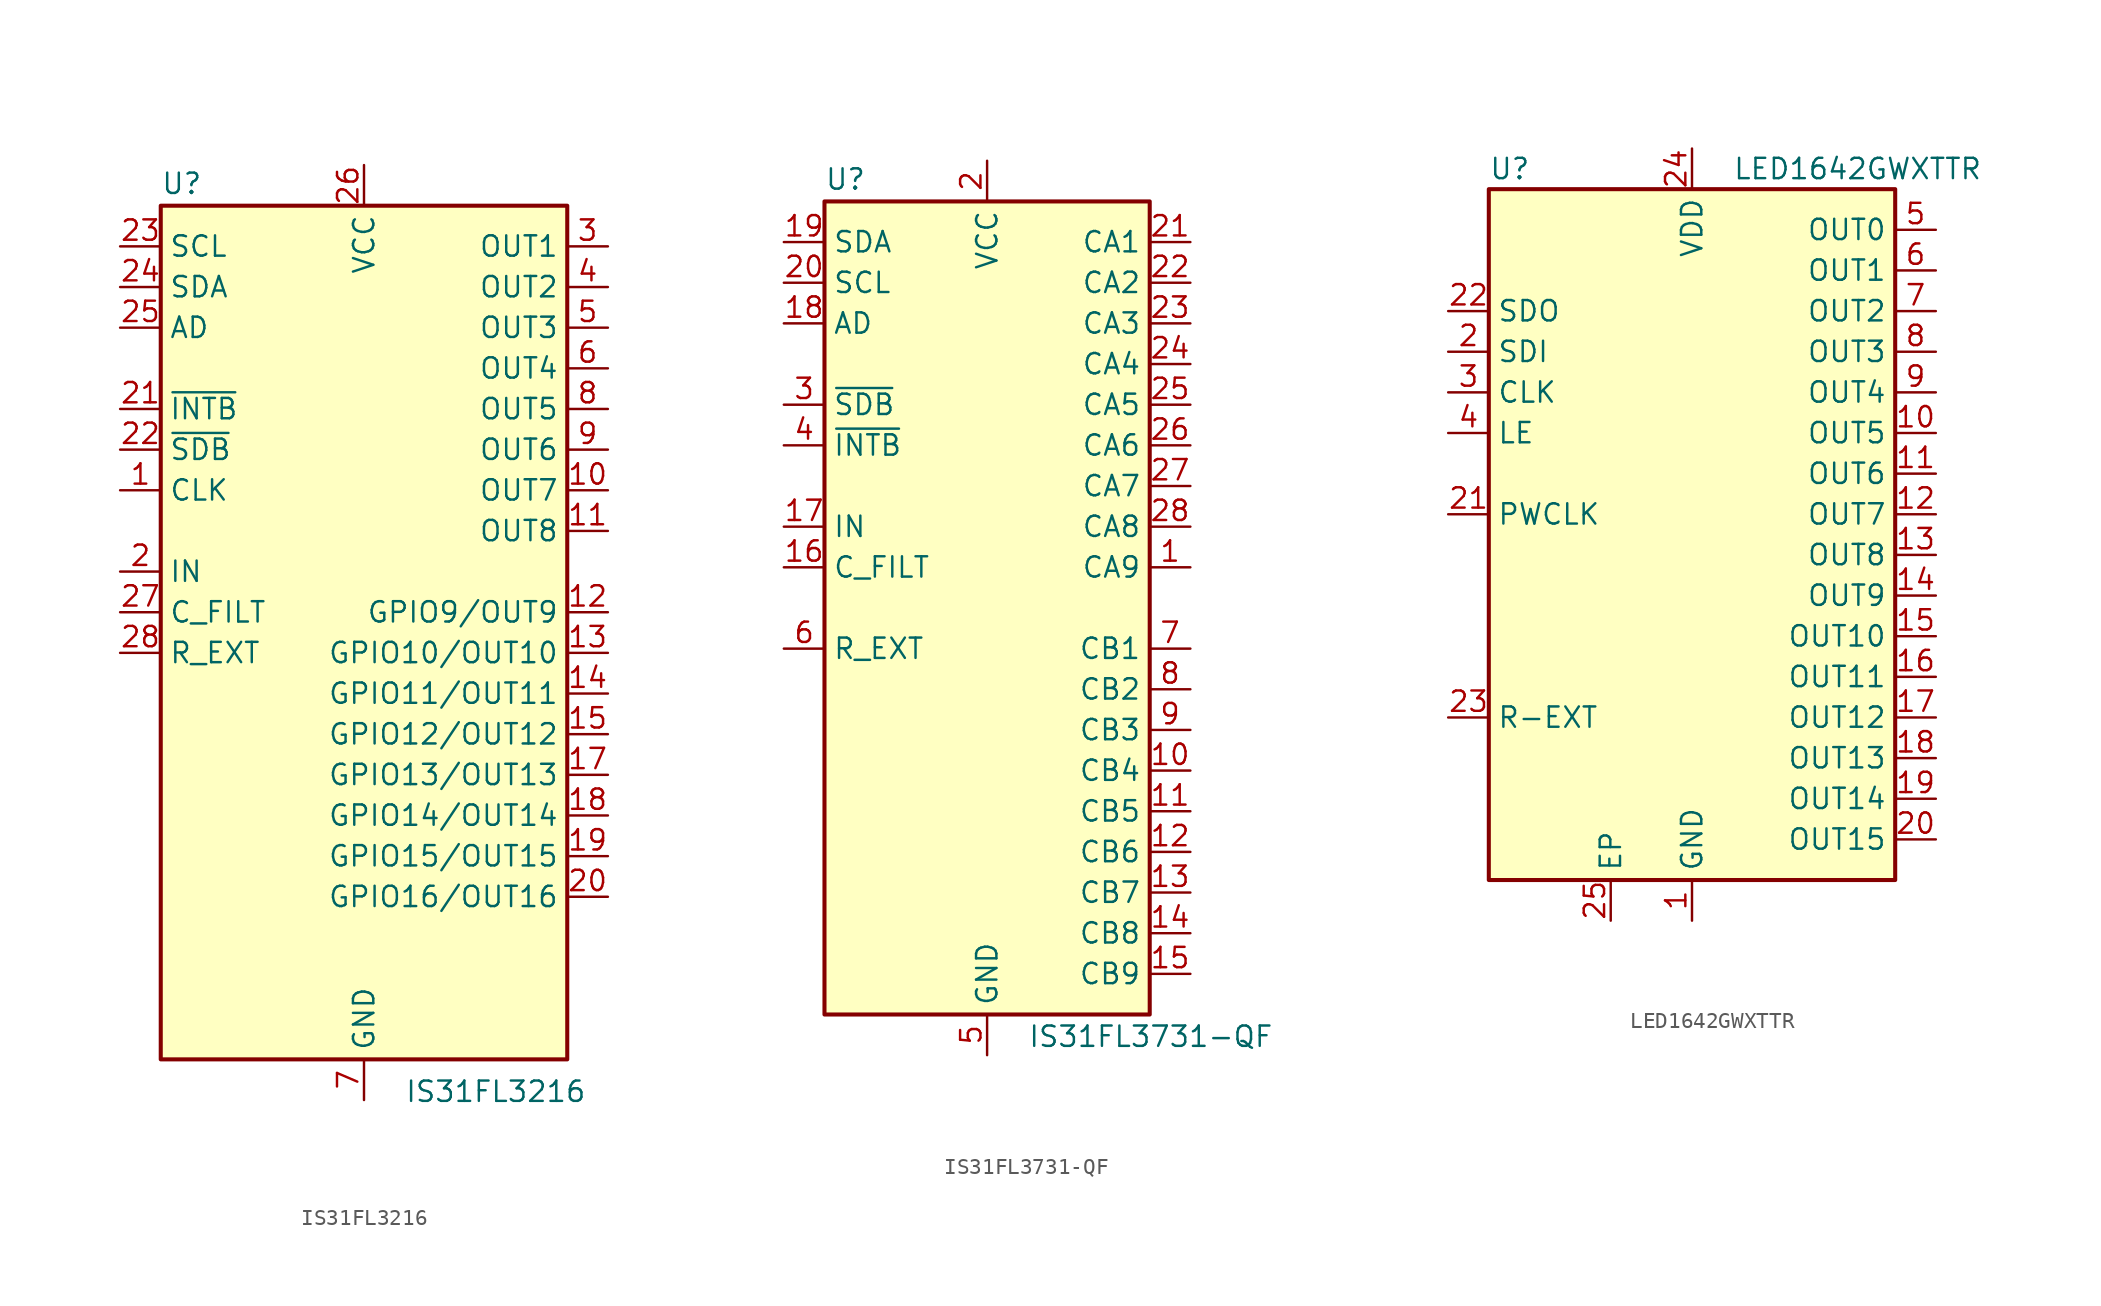
<source format=kicad_sym>
(kicad_symbol_lib
  (version 20211014)
  (generator kicad_symbol_editor)
  (symbol "IS31FL3216"
    (property "Reference" "U"
      (at -12.7 23.495 0)
      (effects (font (size 1.27 1.27)) (justify left bottom)))
    (property "Value" "IS31FL3216"
      (at 2.54 -31.75 0)
      (effects (font (size 1.27 1.27)) (justify left top)))
    (symbol "IS31FL3216_0_1"
      (rectangle (start -12.7 22.86) (end 12.7 -30.48) (stroke (width 0.254) (type default) (color 0 0 0 0)) (fill (type background))))
    (symbol "IS31FL3216_1_1"
      (pin bidirectional line (at -15.24 5.08 0) (length 2.54) (name "CLK" (effects (font (size 1.27 1.27)))) (number "1" (effects (font (size 1.27 1.27)))))
      (pin open_collector line (at 15.24 5.08 180) (length 2.54) (name "OUT7" (effects (font (size 1.27 1.27)))) (number "10" (effects (font (size 1.27 1.27)))))
      (pin open_collector line (at 15.24 2.54 180) (length 2.54) (name "OUT8" (effects (font (size 1.27 1.27)))) (number "11" (effects (font (size 1.27 1.27)))))
      (pin bidirectional line (at 15.24 -2.54 180) (length 2.54) (name "GPIO9/OUT9" (effects (font (size 1.27 1.27)))) (number "12" (effects (font (size 1.27 1.27)))))
      (pin bidirectional line (at 15.24 -5.08 180) (length 2.54) (name "GPIO10/OUT10" (effects (font (size 1.27 1.27)))) (number "13" (effects (font (size 1.27 1.27)))))
      (pin bidirectional line (at 15.24 -7.62 180) (length 2.54) (name "GPIO11/OUT11" (effects (font (size 1.27 1.27)))) (number "14" (effects (font (size 1.27 1.27)))))
      (pin bidirectional line (at 15.24 -10.16 180) (length 2.54) (name "GPIO12/OUT12" (effects (font (size 1.27 1.27)))) (number "15" (effects (font (size 1.27 1.27)))))
      (pin passive line (at 0 -33.02 90) (length 2.54) hide (name "GND" (effects (font (size 1.27 1.27)))) (number "16" (effects (font (size 1.27 1.27)))))
      (pin bidirectional line (at 15.24 -12.7 180) (length 2.54) (name "GPIO13/OUT13" (effects (font (size 1.27 1.27)))) (number "17" (effects (font (size 1.27 1.27)))))
      (pin bidirectional line (at 15.24 -15.24 180) (length 2.54) (name "GPIO14/OUT14" (effects (font (size 1.27 1.27)))) (number "18" (effects (font (size 1.27 1.27)))))
      (pin bidirectional line (at 15.24 -17.78 180) (length 2.54) (name "GPIO15/OUT15" (effects (font (size 1.27 1.27)))) (number "19" (effects (font (size 1.27 1.27)))))
      (pin input line (at -15.24 0 0) (length 2.54) (name "IN" (effects (font (size 1.27 1.27)))) (number "2" (effects (font (size 1.27 1.27)))))
      (pin bidirectional line (at 15.24 -20.32 180) (length 2.54) (name "GPIO16/OUT16" (effects (font (size 1.27 1.27)))) (number "20" (effects (font (size 1.27 1.27)))))
      (pin output line (at -15.24 10.16 0) (length 2.54) (name "~{INTB}" (effects (font (size 1.27 1.27)))) (number "21" (effects (font (size 1.27 1.27)))))
      (pin input line (at -15.24 7.62 0) (length 2.54) (name "~{SDB}" (effects (font (size 1.27 1.27)))) (number "22" (effects (font (size 1.27 1.27)))))
      (pin input line (at -15.24 20.32 0) (length 2.54) (name "SCL" (effects (font (size 1.27 1.27)))) (number "23" (effects (font (size 1.27 1.27)))))
      (pin bidirectional line (at -15.24 17.78 0) (length 2.54) (name "SDA" (effects (font (size 1.27 1.27)))) (number "24" (effects (font (size 1.27 1.27)))))
      (pin input line (at -15.24 15.24 0) (length 2.54) (name "AD" (effects (font (size 1.27 1.27)))) (number "25" (effects (font (size 1.27 1.27)))))
      (pin power_in line (at 0 25.4 270) (length 2.54) (name "VCC" (effects (font (size 1.27 1.27)))) (number "26" (effects (font (size 1.27 1.27)))))
      (pin passive line (at -15.24 -2.54 0) (length 2.54) (name "C_FILT" (effects (font (size 1.27 1.27)))) (number "27" (effects (font (size 1.27 1.27)))))
      (pin passive line (at -15.24 -5.08 0) (length 2.54) (name "R_EXT" (effects (font (size 1.27 1.27)))) (number "28" (effects (font (size 1.27 1.27)))))
      (pin passive line (at 0 -33.02 90) (length 2.54) hide (name "GND" (effects (font (size 1.27 1.27)))) (number "29" (effects (font (size 1.27 1.27)))))
      (pin open_collector line (at 15.24 20.32 180) (length 2.54) (name "OUT1" (effects (font (size 1.27 1.27)))) (number "3" (effects (font (size 1.27 1.27)))))
      (pin open_collector line (at 15.24 17.78 180) (length 2.54) (name "OUT2" (effects (font (size 1.27 1.27)))) (number "4" (effects (font (size 1.27 1.27)))))
      (pin open_collector line (at 15.24 15.24 180) (length 2.54) (name "OUT3" (effects (font (size 1.27 1.27)))) (number "5" (effects (font (size 1.27 1.27)))))
      (pin open_collector line (at 15.24 12.7 180) (length 2.54) (name "OUT4" (effects (font (size 1.27 1.27)))) (number "6" (effects (font (size 1.27 1.27)))))
      (pin power_in line (at 0 -33.02 90) (length 2.54) (name "GND" (effects (font (size 1.27 1.27)))) (number "7" (effects (font (size 1.27 1.27)))))
      (pin open_collector line (at 15.24 10.16 180) (length 2.54) (name "OUT5" (effects (font (size 1.27 1.27)))) (number "8" (effects (font (size 1.27 1.27)))))
      (pin open_collector line (at 15.24 7.62 180) (length 2.54) (name "OUT6" (effects (font (size 1.27 1.27)))) (number "9" (effects (font (size 1.27 1.27)))))))
  (symbol "IS31FL3731-QF"
    (property "Reference" "U"
      (at -10.16 26.035 0)
      (effects (font (size 1.27 1.27)) (justify left bottom)))
    (property "Value" "IS31FL3731-QF"
      (at 2.54 -26.035 0)
      (effects (font (size 1.27 1.27)) (justify left top)))
    (symbol "IS31FL3731-QF_0_1"
      (rectangle (start -10.16 25.4) (end 10.16 -25.4) (stroke (width 0.254) (type default) (color 0 0 0 0)) (fill (type background))))
    (symbol "IS31FL3731-QF_1_1"
      (pin bidirectional line (at 12.7 2.54 180) (length 2.54) (name "CA9" (effects (font (size 1.27 1.27)))) (number "1" (effects (font (size 1.27 1.27)))))
      (pin bidirectional line (at 12.7 -10.16 180) (length 2.54) (name "CB4" (effects (font (size 1.27 1.27)))) (number "10" (effects (font (size 1.27 1.27)))))
      (pin bidirectional line (at 12.7 -12.7 180) (length 2.54) (name "CB5" (effects (font (size 1.27 1.27)))) (number "11" (effects (font (size 1.27 1.27)))))
      (pin bidirectional line (at 12.7 -15.24 180) (length 2.54) (name "CB6" (effects (font (size 1.27 1.27)))) (number "12" (effects (font (size 1.27 1.27)))))
      (pin bidirectional line (at 12.7 -17.78 180) (length 2.54) (name "CB7" (effects (font (size 1.27 1.27)))) (number "13" (effects (font (size 1.27 1.27)))))
      (pin bidirectional line (at 12.7 -20.32 180) (length 2.54) (name "CB8" (effects (font (size 1.27 1.27)))) (number "14" (effects (font (size 1.27 1.27)))))
      (pin bidirectional line (at 12.7 -22.86 180) (length 2.54) (name "CB9" (effects (font (size 1.27 1.27)))) (number "15" (effects (font (size 1.27 1.27)))))
      (pin passive line (at -12.7 2.54 0) (length 2.54) (name "C_FILT" (effects (font (size 1.27 1.27)))) (number "16" (effects (font (size 1.27 1.27)))))
      (pin input line (at -12.7 5.08 0) (length 2.54) (name "IN" (effects (font (size 1.27 1.27)))) (number "17" (effects (font (size 1.27 1.27)))))
      (pin input line (at -12.7 17.78 0) (length 2.54) (name "AD" (effects (font (size 1.27 1.27)))) (number "18" (effects (font (size 1.27 1.27)))))
      (pin bidirectional line (at -12.7 22.86 0) (length 2.54) (name "SDA" (effects (font (size 1.27 1.27)))) (number "19" (effects (font (size 1.27 1.27)))))
      (pin power_in line (at 0 27.94 270) (length 2.54) (name "VCC" (effects (font (size 1.27 1.27)))) (number "2" (effects (font (size 1.27 1.27)))))
      (pin input line (at -12.7 20.32 0) (length 2.54) (name "SCL" (effects (font (size 1.27 1.27)))) (number "20" (effects (font (size 1.27 1.27)))))
      (pin bidirectional line (at 12.7 22.86 180) (length 2.54) (name "CA1" (effects (font (size 1.27 1.27)))) (number "21" (effects (font (size 1.27 1.27)))))
      (pin bidirectional line (at 12.7 20.32 180) (length 2.54) (name "CA2" (effects (font (size 1.27 1.27)))) (number "22" (effects (font (size 1.27 1.27)))))
      (pin bidirectional line (at 12.7 17.78 180) (length 2.54) (name "CA3" (effects (font (size 1.27 1.27)))) (number "23" (effects (font (size 1.27 1.27)))))
      (pin bidirectional line (at 12.7 15.24 180) (length 2.54) (name "CA4" (effects (font (size 1.27 1.27)))) (number "24" (effects (font (size 1.27 1.27)))))
      (pin bidirectional line (at 12.7 12.7 180) (length 2.54) (name "CA5" (effects (font (size 1.27 1.27)))) (number "25" (effects (font (size 1.27 1.27)))))
      (pin bidirectional line (at 12.7 10.16 180) (length 2.54) (name "CA6" (effects (font (size 1.27 1.27)))) (number "26" (effects (font (size 1.27 1.27)))))
      (pin bidirectional line (at 12.7 7.62 180) (length 2.54) (name "CA7" (effects (font (size 1.27 1.27)))) (number "27" (effects (font (size 1.27 1.27)))))
      (pin bidirectional line (at 12.7 5.08 180) (length 2.54) (name "CA8" (effects (font (size 1.27 1.27)))) (number "28" (effects (font (size 1.27 1.27)))))
      (pin passive line (at 0 -27.94 90) (length 2.54) hide (name "GND" (effects (font (size 1.27 1.27)))) (number "29" (effects (font (size 1.27 1.27)))))
      (pin input line (at -12.7 12.7 0) (length 2.54) (name "~{SDB}" (effects (font (size 1.27 1.27)))) (number "3" (effects (font (size 1.27 1.27)))))
      (pin open_collector line (at -12.7 10.16 0) (length 2.54) (name "~{INTB}" (effects (font (size 1.27 1.27)))) (number "4" (effects (font (size 1.27 1.27)))))
      (pin power_in line (at 0 -27.94 90) (length 2.54) (name "GND" (effects (font (size 1.27 1.27)))) (number "5" (effects (font (size 1.27 1.27)))))
      (pin passive line (at -12.7 -2.54 0) (length 2.54) (name "R_EXT" (effects (font (size 1.27 1.27)))) (number "6" (effects (font (size 1.27 1.27)))))
      (pin bidirectional line (at 12.7 -2.54 180) (length 2.54) (name "CB1" (effects (font (size 1.27 1.27)))) (number "7" (effects (font (size 1.27 1.27)))))
      (pin bidirectional line (at 12.7 -5.08 180) (length 2.54) (name "CB2" (effects (font (size 1.27 1.27)))) (number "8" (effects (font (size 1.27 1.27)))))
      (pin bidirectional line (at 12.7 -7.62 180) (length 2.54) (name "CB3" (effects (font (size 1.27 1.27)))) (number "9" (effects (font (size 1.27 1.27)))))))
  (symbol "LED1642GWXTTR"
    (property "Reference" "U"
      (at -12.7 21.59 0)
      (effects (font (size 1.27 1.27)) (justify left)))
    (property "Value" "LED1642GWXTTR"
      (at 2.54 21.59 0)
      (effects (font (size 1.27 1.27)) (justify left)))
    (symbol "LED1642GWXTTR_0_1"
      (rectangle (start -12.7 20.32) (end 12.7 -22.86) (stroke (width 0.254) (type default) (color 0 0 0 0)) (fill (type background))))
    (symbol "LED1642GWXTTR_1_1"
      (pin power_in line (at 0 -25.4 90) (length 2.54) (name "GND" (effects (font (size 1.27 1.27)))) (number "1" (effects (font (size 1.27 1.27)))))
      (pin output line (at 15.24 5.08 180) (length 2.54) (name "OUT5" (effects (font (size 1.27 1.27)))) (number "10" (effects (font (size 1.27 1.27)))))
      (pin output line (at 15.24 2.54 180) (length 2.54) (name "OUT6" (effects (font (size 1.27 1.27)))) (number "11" (effects (font (size 1.27 1.27)))))
      (pin output line (at 15.24 0 180) (length 2.54) (name "OUT7" (effects (font (size 1.27 1.27)))) (number "12" (effects (font (size 1.27 1.27)))))
      (pin output line (at 15.24 -2.54 180) (length 2.54) (name "OUT8" (effects (font (size 1.27 1.27)))) (number "13" (effects (font (size 1.27 1.27)))))
      (pin output line (at 15.24 -5.08 180) (length 2.54) (name "OUT9" (effects (font (size 1.27 1.27)))) (number "14" (effects (font (size 1.27 1.27)))))
      (pin output line (at 15.24 -7.62 180) (length 2.54) (name "OUT10" (effects (font (size 1.27 1.27)))) (number "15" (effects (font (size 1.27 1.27)))))
      (pin output line (at 15.24 -10.16 180) (length 2.54) (name "OUT11" (effects (font (size 1.27 1.27)))) (number "16" (effects (font (size 1.27 1.27)))))
      (pin output line (at 15.24 -12.7 180) (length 2.54) (name "OUT12" (effects (font (size 1.27 1.27)))) (number "17" (effects (font (size 1.27 1.27)))))
      (pin output line (at 15.24 -15.24 180) (length 2.54) (name "OUT13" (effects (font (size 1.27 1.27)))) (number "18" (effects (font (size 1.27 1.27)))))
      (pin output line (at 15.24 -17.78 180) (length 2.54) (name "OUT14" (effects (font (size 1.27 1.27)))) (number "19" (effects (font (size 1.27 1.27)))))
      (pin input line (at -15.24 10.16 0) (length 2.54) (name "SDI" (effects (font (size 1.27 1.27)))) (number "2" (effects (font (size 1.27 1.27)))))
      (pin output line (at 15.24 -20.32 180) (length 2.54) (name "OUT15" (effects (font (size 1.27 1.27)))) (number "20" (effects (font (size 1.27 1.27)))))
      (pin input line (at -15.24 0 0) (length 2.54) (name "PWCLK" (effects (font (size 1.27 1.27)))) (number "21" (effects (font (size 1.27 1.27)))))
      (pin output line (at -15.24 12.7 0) (length 2.54) (name "SDO" (effects (font (size 1.27 1.27)))) (number "22" (effects (font (size 1.27 1.27)))))
      (pin passive line (at -15.24 -12.7 0) (length 2.54) (name "R-EXT" (effects (font (size 1.27 1.27)))) (number "23" (effects (font (size 1.27 1.27)))))
      (pin power_in line (at 0 22.86 270) (length 2.54) (name "VDD" (effects (font (size 1.27 1.27)))) (number "24" (effects (font (size 1.27 1.27)))))
      (pin passive line (at -5.08 -25.4 90) (length 2.54) (name "EP" (effects (font (size 1.27 1.27)))) (number "25" (effects (font (size 1.27 1.27)))))
      (pin input line (at -15.24 7.62 0) (length 2.54) (name "CLK" (effects (font (size 1.27 1.27)))) (number "3" (effects (font (size 1.27 1.27)))))
      (pin input line (at -15.24 5.08 0) (length 2.54) (name "LE" (effects (font (size 1.27 1.27)))) (number "4" (effects (font (size 1.27 1.27)))))
      (pin output line (at 15.24 17.78 180) (length 2.54) (name "OUT0" (effects (font (size 1.27 1.27)))) (number "5" (effects (font (size 1.27 1.27)))))
      (pin output line (at 15.24 15.24 180) (length 2.54) (name "OUT1" (effects (font (size 1.27 1.27)))) (number "6" (effects (font (size 1.27 1.27)))))
      (pin output line (at 15.24 12.7 180) (length 2.54) (name "OUT2" (effects (font (size 1.27 1.27)))) (number "7" (effects (font (size 1.27 1.27)))))
      (pin output line (at 15.24 10.16 180) (length 2.54) (name "OUT3" (effects (font (size 1.27 1.27)))) (number "8" (effects (font (size 1.27 1.27)))))
      (pin output line (at 15.24 7.62 180) (length 2.54) (name "OUT4" (effects (font (size 1.27 1.27)))) (number "9" (effects (font (size 1.27 1.27))))))))
</source>
